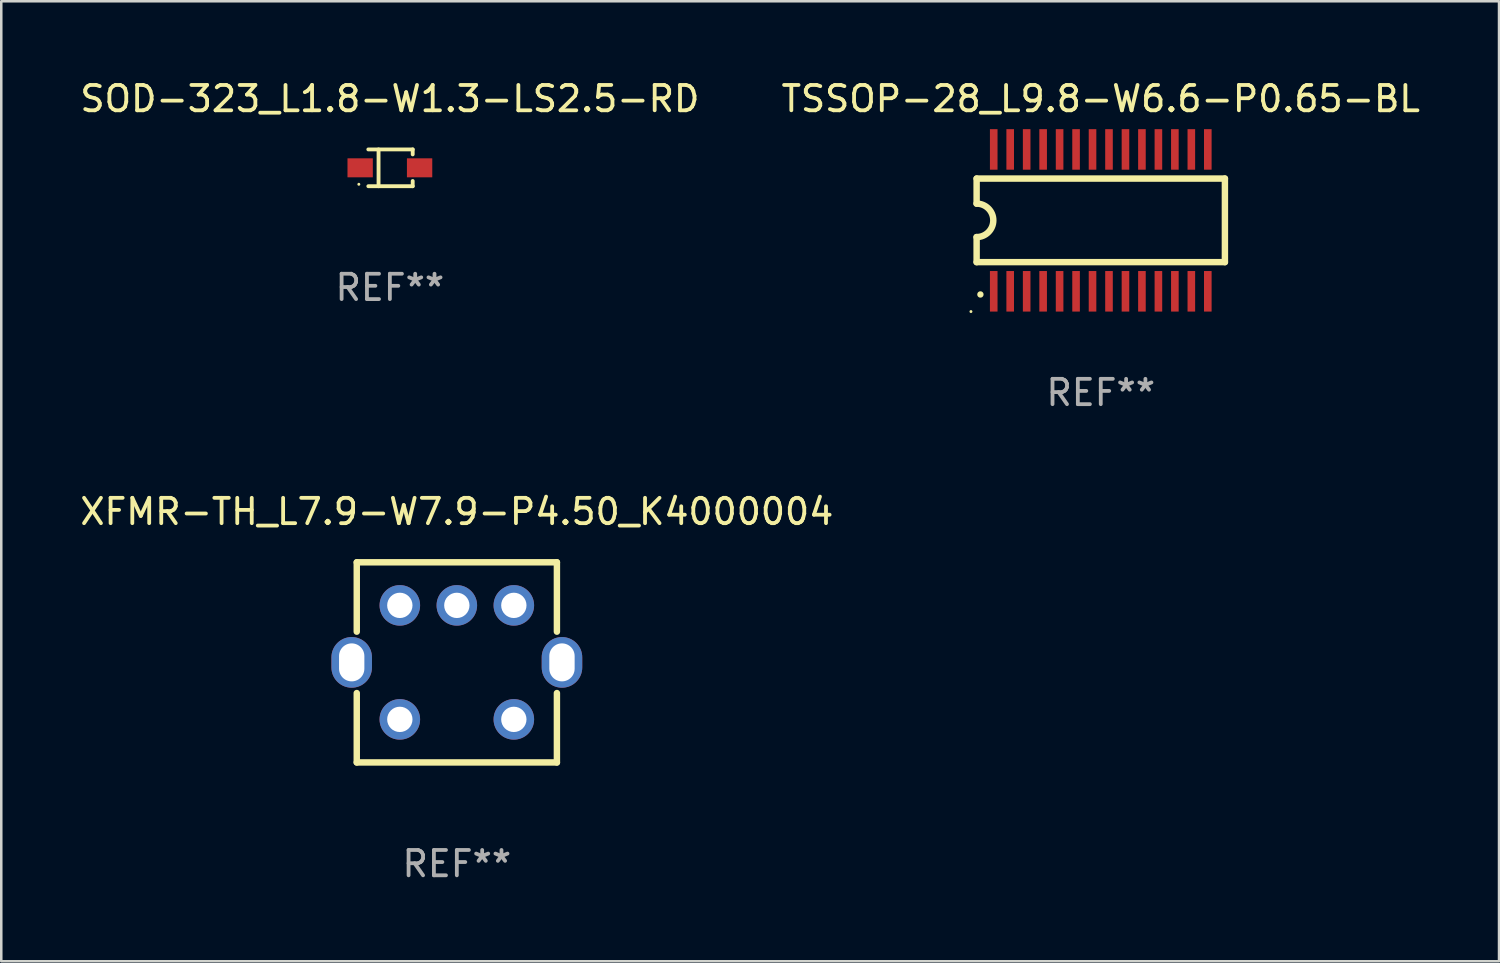
<source format=kicad_pcb>
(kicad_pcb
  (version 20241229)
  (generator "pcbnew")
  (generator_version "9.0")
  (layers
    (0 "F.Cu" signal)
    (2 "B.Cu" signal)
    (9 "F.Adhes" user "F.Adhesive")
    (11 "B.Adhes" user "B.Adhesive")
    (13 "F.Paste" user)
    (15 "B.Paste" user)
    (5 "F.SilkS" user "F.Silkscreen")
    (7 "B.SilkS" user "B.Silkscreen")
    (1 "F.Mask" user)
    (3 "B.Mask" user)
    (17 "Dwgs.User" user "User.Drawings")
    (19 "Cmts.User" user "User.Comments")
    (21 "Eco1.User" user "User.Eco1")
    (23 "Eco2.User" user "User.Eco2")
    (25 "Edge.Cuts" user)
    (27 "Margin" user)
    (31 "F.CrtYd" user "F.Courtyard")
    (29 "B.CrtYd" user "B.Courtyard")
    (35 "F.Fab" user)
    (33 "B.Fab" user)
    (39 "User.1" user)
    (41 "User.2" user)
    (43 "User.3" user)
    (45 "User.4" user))
  (footprint "TSSOP-28_L9.8-W6.6-P0.65-BL"
    (layer "F.Cu")
    (at 40.399 5.648)
    (property "Reference" "TSSOP-28_L9.8-W6.6-P0.65-BL" (at 0.000114 -4.8 0) (layer "F.SilkS") (effects (font (size 1 1) (thickness 0.15))))
    (attr smd)
    (fp_line (start -4.9 -1.65) (end -4.9 -0.66) (stroke (width 0.254) (type solid)) (layer "F.SilkS"))
    (fp_line (start -4.9 1.65) (end -4.9 0.659) (stroke (width 0.254) (type solid)) (layer "F.SilkS"))
    (fp_line (start -4.9 -1.65) (end 4.9 -1.65) (stroke (width 0.254) (type solid)) (layer "F.SilkS"))
    (fp_line (start -4.9 1.649) (end 4.9 1.649) (stroke (width 0.254) (type solid)) (layer "F.SilkS"))
    (fp_line (start 4.9 -1.65) (end 4.9 1.649) (stroke (width 0.254) (type solid)) (layer "F.SilkS"))
    (fp_arc (start -4.902083 -0.660909) (mid -4.241682 -0.000508) (end -4.902082 0.659893) (stroke (width 0.254001) (type solid)) (layer "F.SilkS"))
    (fp_arc (start -4.750597 2.923698) (mid -4.750591 2.924968) (end -4.750597 2.926238) (stroke (width 0.24892) (type solid)) (layer "F.SilkS"))
    (fp_circle (center -5.124 3.6) (end -5.094 3.6) (stroke (width 0.06) (type solid)) (fill no) (layer "F.SilkS"))
    (fp_text user "REF**" (at 0.000114 6.8 0) (layer "F.Fab") (effects (font (size 1 1) (thickness 0.15))))
    (pad "1" smd rect (at -4.225 2.8 90) (size 1.6 0.3) (layers "F.Cu" "F.Mask" "F.Paste"))
    (pad "2" smd rect (at -3.575 2.8 90) (size 1.6 0.3) (layers "F.Cu" "F.Mask" "F.Paste"))
    (pad "3" smd rect (at -2.925 2.8 90) (size 1.6 0.3) (layers "F.Cu" "F.Mask" "F.Paste"))
    (pad "4" smd rect (at -2.275 2.8 90) (size 1.6 0.3) (layers "F.Cu" "F.Mask" "F.Paste"))
    (pad "5" smd rect (at -1.625 2.8 90) (size 1.6 0.3) (layers "F.Cu" "F.Mask" "F.Paste"))
    (pad "6" smd rect (at -0.975 2.8 90) (size 1.6 0.3) (layers "F.Cu" "F.Mask" "F.Paste"))
    (pad "7" smd rect (at -0.325 2.8 90) (size 1.6 0.3) (layers "F.Cu" "F.Mask" "F.Paste"))
    (pad "8" smd rect (at 0.325 2.8 90) (size 1.6 0.3) (layers "F.Cu" "F.Mask" "F.Paste"))
    (pad "9" smd rect (at 0.975 2.8 90) (size 1.6 0.3) (layers "F.Cu" "F.Mask" "F.Paste"))
    (pad "10" smd rect (at 1.625 2.8 90) (size 1.6 0.3) (layers "F.Cu" "F.Mask" "F.Paste"))
    (pad "11" smd rect (at 2.275 2.8 90) (size 1.6 0.3) (layers "F.Cu" "F.Mask" "F.Paste"))
    (pad "12" smd rect (at 2.925 2.8 90) (size 1.6 0.3) (layers "F.Cu" "F.Mask" "F.Paste"))
    (pad "13" smd rect (at 3.575 2.8 90) (size 1.6 0.3) (layers "F.Cu" "F.Mask" "F.Paste"))
    (pad "14" smd rect (at 4.225 2.8 90) (size 1.6 0.3) (layers "F.Cu" "F.Mask" "F.Paste"))
    (pad "15" smd rect (at 4.225 -2.8 90) (size 1.6 0.3) (layers "F.Cu" "F.Mask" "F.Paste"))
    (pad "16" smd rect (at 3.575 -2.8 90) (size 1.6 0.3) (layers "F.Cu" "F.Mask" "F.Paste"))
    (pad "17" smd rect (at 2.925 -2.8 90) (size 1.6 0.3) (layers "F.Cu" "F.Mask" "F.Paste"))
    (pad "18" smd rect (at 2.275 -2.8 90) (size 1.6 0.3) (layers "F.Cu" "F.Mask" "F.Paste"))
    (pad "19" smd rect (at 1.625 -2.8 90) (size 1.6 0.3) (layers "F.Cu" "F.Mask" "F.Paste"))
    (pad "20" smd rect (at 0.975 -2.8 90) (size 1.6 0.3) (layers "F.Cu" "F.Mask" "F.Paste"))
    (pad "21" smd rect (at 0.325 -2.8 90) (size 1.6 0.3) (layers "F.Cu" "F.Mask" "F.Paste"))
    (pad "22" smd rect (at -0.325 -2.8 90) (size 1.6 0.3) (layers "F.Cu" "F.Mask" "F.Paste"))
    (pad "23" smd rect (at -0.975 -2.8 90) (size 1.6 0.3) (layers "F.Cu" "F.Mask" "F.Paste"))
    (pad "24" smd rect (at -1.625 -2.8 90) (size 1.6 0.3) (layers "F.Cu" "F.Mask" "F.Paste"))
    (pad "25" smd rect (at -2.275 -2.8 90) (size 1.6 0.3) (layers "F.Cu" "F.Mask" "F.Paste"))
    (pad "26" smd rect (at -2.925 -2.8 90) (size 1.6 0.3) (layers "F.Cu" "F.Mask" "F.Paste"))
    (pad "27" smd rect (at -3.575 -2.8 90) (size 1.6 0.3) (layers "F.Cu" "F.Mask" "F.Paste"))
    (pad "28" smd rect (at -4.225 -2.8 90) (size 1.6 0.3) (layers "F.Cu" "F.Mask" "F.Paste")))
  (footprint "SOD-323_L1.8-W1.3-LS2.5-RD"
    (layer "F.Cu")
    (at 12.339 3.574)
    (property "Reference" "SOD-323_L1.8-W1.3-LS2.5-RD" (at 0 -2.726 0) (layer "F.SilkS") (effects (font (size 1 1) (thickness 0.15))))
    (attr smd)
    (fp_line (start -0.851 -0.726) (end 0.901 -0.726) (stroke (width 0.152) (type solid)) (layer "F.SilkS"))
    (fp_line (start -0.851 0.726) (end 0.901 0.726) (stroke (width 0.152) (type solid)) (layer "F.SilkS"))
    (fp_line (start -0.447 -0.726) (end -0.447 0.726) (stroke (width 0.152) (type solid)) (layer "F.SilkS"))
    (fp_line (start 0.901 -0.726) (end 0.901 -0.53) (stroke (width 0.152) (type solid)) (layer "F.SilkS"))
    (fp_line (start 0.901 0.726) (end 0.901 0.52) (stroke (width 0.152) (type solid)) (layer "F.SilkS"))
    (fp_circle (center -1.225 0.65) (end -1.195 0.65) (stroke (width 0.06) (type solid)) (fill no) (layer "F.SilkS"))
    (fp_text user "REF**" (at 0 4.726 0) (layer "F.Fab") (effects (font (size 1 1) (thickness 0.15))))
    (pad "1" smd rect (at -1.173 0) (size 1 0.75) (layers "F.Cu" "F.Mask" "F.Paste"))
    (pad "2" smd rect (at 1.173 0) (size 1 0.75) (layers "F.Cu" "F.Mask" "F.Paste")))
  (footprint "XFMR-TH_L7.9-W7.9-P4.50_K4000004"
    (layer "F.Cu")
    (at 14.982 23.095)
    (property "Reference" "XFMR-TH_L7.9-W7.9-P4.50_K4000004" (at 0 -5.95 0) (layer "F.SilkS") (effects (font (size 1 1) (thickness 0.15))))
    (attr through_hole)
    (fp_line (start -3.95 -3.95) (end -3.95 -1.212) (stroke (width 0.254) (type solid)) (layer "F.SilkS"))
    (fp_line (start -3.95 1.211) (end -3.95 3.95) (stroke (width 0.254) (type solid)) (layer "F.SilkS"))
    (fp_line (start -3.95 3.95) (end 3.95 3.95) (stroke (width 0.254) (type solid)) (layer "F.SilkS"))
    (fp_line (start 3.95 -3.95) (end -3.95 -3.95) (stroke (width 0.254) (type solid)) (layer "F.SilkS"))
    (fp_line (start 3.95 -1.212) (end 3.95 -3.95) (stroke (width 0.254) (type solid)) (layer "F.SilkS"))
    (fp_line (start 3.95 3.95) (end 3.95 1.211) (stroke (width 0.254) (type solid)) (layer "F.SilkS"))
    (fp_text user "REF**" (at 0 7.95 0) (layer "F.Fab") (effects (font (size 1 1) (thickness 0.15))))
    (pad "1" thru_hole circle (at 2.25 -2.25) (size 1.6 1.6) (drill 1) (layers "*.Cu" "*.Mask"))
    (pad "2" thru_hole circle (at -0.000127 -2.25) (size 1.6 1.6) (drill 1) (layers "*.Cu" "*.Mask"))
    (pad "3" thru_hole circle (at -2.25 -2.25) (size 1.6 1.6) (drill 1) (layers "*.Cu" "*.Mask"))
    (pad "4" thru_hole circle (at -2.25 2.25) (size 1.6 1.6) (drill 1) (layers "*.Cu" "*.Mask"))
    (pad "6" thru_hole circle (at 2.25 2.25) (size 1.6 1.6) (drill 1) (layers "*.Cu" "*.Mask"))
    (pad "7" thru_hole oval (at 4.15 -0.000127 90) (size 2 1.6) (drill oval 1.5 1) (layers "*.Cu" "*.Mask"))
    (pad "8" thru_hole oval (at -4.15 -0.000127 90) (size 2 1.6) (drill oval 1.5 1) (layers "*.Cu" "*.Mask")))
  (gr_rect
    (start -3 -3)
    (end 56.119 34.893)
    (stroke (width 0.1) (type default))
    (fill no)
    (layer "Edge.Cuts")))
</source>
